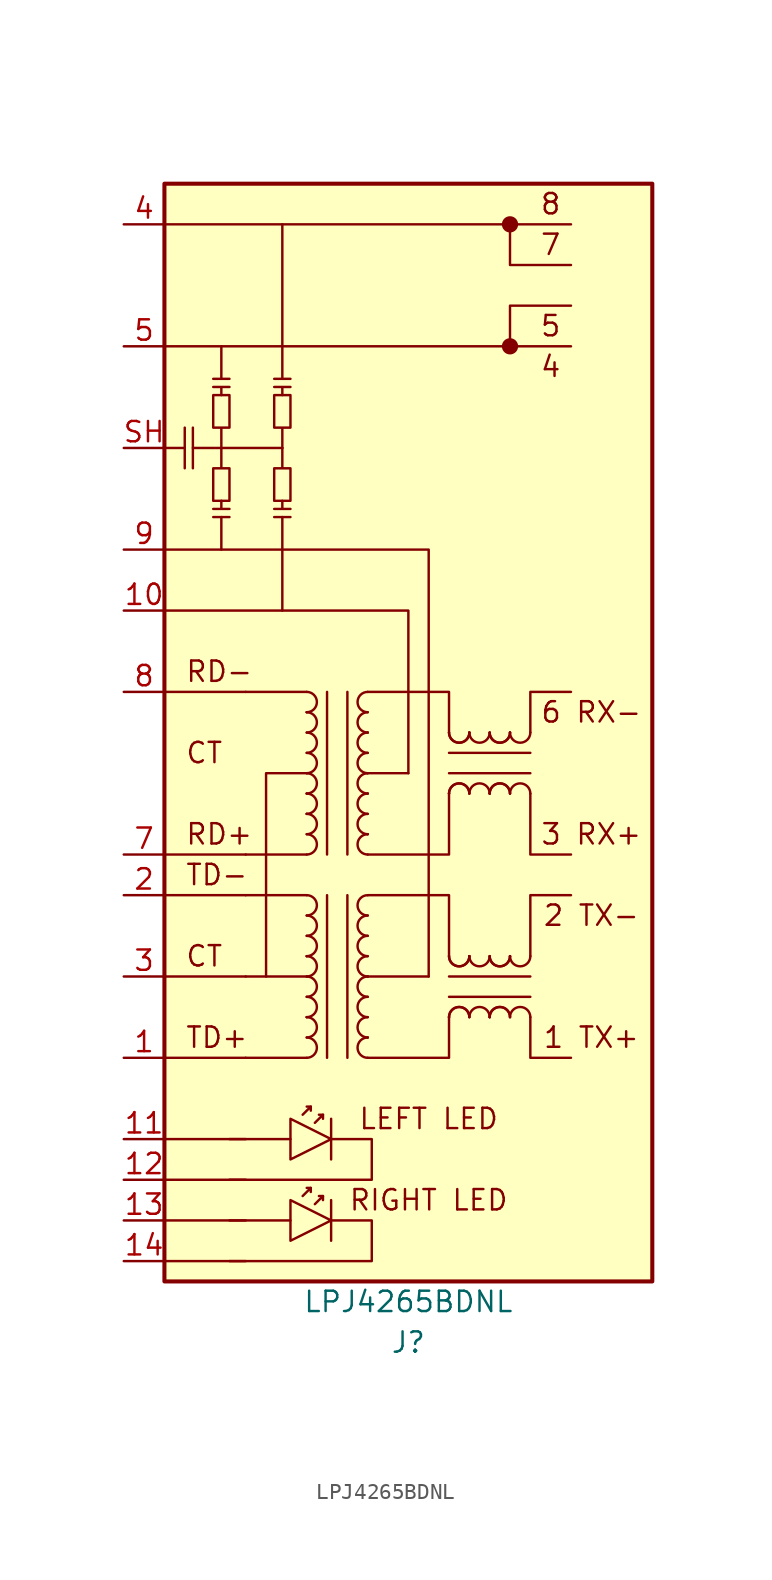
<source format=kicad_sym>
(kicad_symbol_lib
  (version 20211014)
  (generator kicad_symbol_editor)
  (symbol "LPJ4265BDNL"
    (pin_names
      (offset 1.016) hide)
    (property "Reference" "J"
      (at 0 -38.1 0)
      (effects (font (size 1.27 1.27))))
    (property "Value" "LPJ4265BDNL"
      (at 0 -35.56 0)
      (effects (font (size 1.27 1.27))))
    (symbol "LPJ4265BDNL_0_0"
      (rectangle (start -15.24 -34.29) (end 15.24 34.29) (stroke (width 0.254) (type default) (color 0 0 0 0)) (fill (type background)))
      (polyline (pts (xy -15.24 -33.02) (xy -10.16 -33.02)) (stroke (width 0) (type default) (color 0 0 0 0)) (fill (type none)))
      (polyline (pts (xy -15.24 -30.48) (xy -10.16 -30.48)) (stroke (width 0) (type default) (color 0 0 0 0)) (fill (type none)))
      (polyline (pts (xy -15.24 -27.94) (xy -10.16 -27.94)) (stroke (width 0) (type default) (color 0 0 0 0)) (fill (type none)))
      (polyline (pts (xy -15.24 -25.4) (xy -10.16 -25.4)) (stroke (width 0) (type default) (color 0 0 0 0)) (fill (type none)))
      (polyline (pts (xy -15.24 -20.32) (xy -10.16 -20.32)) (stroke (width 0) (type default) (color 0 0 0 0)) (fill (type none)))
      (polyline (pts (xy -15.24 -15.24) (xy -10.16 -15.24)) (stroke (width 0) (type default) (color 0 0 0 0)) (fill (type none)))
      (polyline (pts (xy -15.24 -10.16) (xy -10.16 -10.16)) (stroke (width 0) (type default) (color 0 0 0 0)) (fill (type none)))
      (polyline (pts (xy -15.24 -7.62) (xy -10.16 -7.62)) (stroke (width 0) (type default) (color 0 0 0 0)) (fill (type none)))
      (polyline (pts (xy -15.24 2.54) (xy -10.16 2.54)) (stroke (width 0) (type default) (color 0 0 0 0)) (fill (type none)))
      (polyline (pts (xy -15.24 24.13) (xy 10.16 24.13)) (stroke (width 0) (type default) (color 0 0 0 0)) (fill (type none)))
      (polyline (pts (xy -15.24 31.75) (xy 10.16 31.75)) (stroke (width 0) (type default) (color 0 0 0 0)) (fill (type none)))
      (polyline (pts (xy -11.176 -25.4) (xy -7.366 -25.4)) (stroke (width 0) (type default) (color 0 0 0 0)) (fill (type none)))
      (polyline (pts (xy 6.35 24.13) (xy 6.35 26.67) (xy 10.16 26.67)) (stroke (width 0) (type default) (color 0 0 0 0)) (fill (type none)))
      (polyline (pts (xy 6.35 31.75) (xy 6.35 29.21) (xy 10.16 29.21)) (stroke (width 0) (type default) (color 0 0 0 0)) (fill (type none)))
      (polyline (pts (xy -4.826 -25.4) (xy -2.286 -25.4) (xy -2.286 -27.94) (xy -11.176 -27.94)) (stroke (width 0) (type default) (color 0 0 0 0)) (fill (type none)))
      (text "1 TX+" (at 11.43 -19.05 0) (effects (font (size 1.27 1.27))))
      (text "2 TX-" (at 11.43 -11.43 0) (effects (font (size 1.27 1.27))))
      (text "3 RX+" (at 11.43 -6.35 0) (effects (font (size 1.27 1.27))))
      (text "4" (at 8.89 22.86 0) (effects (font (size 1.27 1.27))))
      (text "5" (at 8.89 25.4 0) (effects (font (size 1.27 1.27))))
      (text "6 RX-" (at 11.43 1.27 0) (effects (font (size 1.27 1.27))))
      (text "7" (at 8.89 30.48 0) (effects (font (size 1.27 1.27))))
      (text "8" (at 8.89 33.02 0) (effects (font (size 1.27 1.27))))
      (text "CT" (at -13.97 -1.27 0) (effects (font (size 1.27 1.27)) (justify left)))
      (text "LEFT LED" (at 1.27 -24.13 0) (effects (font (size 1.27 1.27))))
      (text "RD-" (at -13.97 3.81 0) (effects (font (size 1.27 1.27)) (justify left))))
    (symbol "LPJ4265BDNL_0_1"
      (arc (start -6.35 -16.51) (mid -5.715 -15.875) (end -6.35 -15.24) (stroke (width 0) (type default) (color 0 0 0 0)) (fill (type none)))
      (arc (start -6.35 -15.24) (mid -5.715 -14.605) (end -6.35 -13.97) (stroke (width 0) (type default) (color 0 0 0 0)) (fill (type none)))
      (arc (start -6.35 -13.97) (mid -6.35 -16.51) (end -6.35 -13.97) (stroke (width 0) (type default) (color 0 0 0 0)) (fill (type none)))
      (arc (start -6.35 -11.43) (mid -5.715 -10.795) (end -6.35 -10.16) (stroke (width 0) (type default) (color 0 0 0 0)) (fill (type none)))
      (polyline (pts (xy -15.24 17.78) (xy -13.97 17.78)) (stroke (width 0) (type default) (color 0 0 0 0)) (fill (type none)))
      (polyline (pts (xy -13.97 19.05) (xy -13.97 16.51)) (stroke (width 0) (type default) (color 0 0 0 0)) (fill (type none)))
      (polyline (pts (xy -13.462 17.78) (xy -7.874 17.78)) (stroke (width 0) (type default) (color 0 0 0 0)) (fill (type none)))
      (polyline (pts (xy -13.462 19.05) (xy -13.462 16.51)) (stroke (width 0) (type default) (color 0 0 0 0)) (fill (type none)))
      (polyline (pts (xy -12.192 22.098) (xy -11.176 22.098)) (stroke (width 0) (type default) (color 0 0 0 0)) (fill (type none)))
      (polyline (pts (xy -11.684 13.462) (xy -11.684 11.43)) (stroke (width 0) (type default) (color 0 0 0 0)) (fill (type none)))
      (polyline (pts (xy -11.684 22.098) (xy -11.684 24.13)) (stroke (width 0) (type default) (color 0 0 0 0)) (fill (type none)))
      (polyline (pts (xy -11.176 13.462) (xy -12.192 13.462)) (stroke (width 0) (type default) (color 0 0 0 0)) (fill (type none)))
      (polyline (pts (xy -8.382 22.098) (xy -7.366 22.098)) (stroke (width 0) (type default) (color 0 0 0 0)) (fill (type none)))
      (polyline (pts (xy -7.874 13.462) (xy -7.874 7.62)) (stroke (width 0) (type default) (color 0 0 0 0)) (fill (type none)))
      (polyline (pts (xy -7.874 22.098) (xy -7.874 31.75)) (stroke (width 0) (type default) (color 0 0 0 0)) (fill (type none)))
      (polyline (pts (xy -7.366 13.462) (xy -8.382 13.462)) (stroke (width 0) (type default) (color 0 0 0 0)) (fill (type none)))
      (polyline (pts (xy -6.35 -20.32) (xy -10.16 -20.32)) (stroke (width 0) (type default) (color 0 0 0 0)) (fill (type none)))
      (polyline (pts (xy -6.35 -15.24) (xy -10.16 -15.24)) (stroke (width 0) (type default) (color 0 0 0 0)) (fill (type none)))
      (polyline (pts (xy -6.35 -10.16) (xy -10.16 -10.16)) (stroke (width 0) (type default) (color 0 0 0 0)) (fill (type none)))
      (polyline (pts (xy -6.35 -7.62) (xy -10.16 -7.62)) (stroke (width 0) (type default) (color 0 0 0 0)) (fill (type none)))
      (polyline (pts (xy -6.35 2.54) (xy -10.16 2.54)) (stroke (width 0) (type default) (color 0 0 0 0)) (fill (type none)))
      (polyline (pts (xy -6.096 -28.448) (xy -6.35 -28.448)) (stroke (width 0) (type default) (color 0 0 0 0)) (fill (type none)))
      (polyline (pts (xy -5.334 -28.956) (xy -5.588 -28.956)) (stroke (width 0) (type default) (color 0 0 0 0)) (fill (type none)))
      (polyline (pts (xy -4.826 -24.13) (xy -4.826 -26.67)) (stroke (width 0) (type default) (color 0 0 0 0)) (fill (type none)))
      (polyline (pts (xy -2.54 -15.24) (xy 1.27 -15.24)) (stroke (width 0) (type default) (color 0 0 0 0)) (fill (type none)))
      (polyline (pts (xy -6.604 -28.956) (xy -6.096 -28.448) (xy -6.096 -28.702)) (stroke (width 0) (type default) (color 0 0 0 0)) (fill (type none)))
      (polyline (pts (xy -6.35 -2.54) (xy -8.89 -2.54) (xy -8.89 -15.24)) (stroke (width 0) (type default) (color 0 0 0 0)) (fill (type none)))
      (polyline (pts (xy -5.842 -29.464) (xy -5.334 -28.956) (xy -5.334 -29.21)) (stroke (width 0) (type default) (color 0 0 0 0)) (fill (type none)))
      (polyline (pts (xy -2.54 -2.54) (xy -1.27 -2.54) (xy 0 -2.54)) (stroke (width 0) (type default) (color 0 0 0 0)) (fill (type none)))
      (polyline (pts (xy 0 -2.54) (xy 0 7.62) (xy -15.24 7.62)) (stroke (width 0) (type default) (color 0 0 0 0)) (fill (type none)))
      (polyline (pts (xy 1.27 -15.24) (xy 1.27 11.43) (xy -15.24 11.43)) (stroke (width 0) (type default) (color 0 0 0 0)) (fill (type none)))
      (polyline (pts (xy -11.684 14.478) (xy -11.684 13.97) (xy -12.192 13.97) (xy -11.176 13.97)) (stroke (width 0) (type default) (color 0 0 0 0)) (fill (type none)))
      (polyline (pts (xy -11.684 21.082) (xy -11.684 21.59) (xy -11.176 21.59) (xy -12.192 21.59)) (stroke (width 0) (type default) (color 0 0 0 0)) (fill (type none)))
      (polyline (pts (xy -7.874 14.478) (xy -7.874 13.97) (xy -8.382 13.97) (xy -7.366 13.97)) (stroke (width 0) (type default) (color 0 0 0 0)) (fill (type none)))
      (polyline (pts (xy -7.874 21.082) (xy -7.874 21.59) (xy -7.366 21.59) (xy -8.382 21.59)) (stroke (width 0) (type default) (color 0 0 0 0)) (fill (type none)))
      (polyline (pts (xy -7.366 -24.13) (xy -7.366 -26.67) (xy -4.826 -25.4) (xy -7.366 -24.13)) (stroke (width 0) (type default) (color 0 0 0 0)) (fill (type none)))
      (polyline (pts (xy -11.684 17.78) (xy -11.684 16.51) (xy -11.176 16.51) (xy -11.176 14.478) (xy -12.192 14.478) (xy -12.192 16.51) (xy -11.684 16.51)) (stroke (width 0) (type default) (color 0 0 0 0)) (fill (type none)))
      (polyline (pts (xy -11.684 17.78) (xy -11.684 19.05) (xy -12.192 19.05) (xy -12.192 21.082) (xy -11.176 21.082) (xy -11.176 19.05) (xy -11.684 19.05)) (stroke (width 0) (type default) (color 0 0 0 0)) (fill (type none)))
      (polyline (pts (xy -7.874 17.78) (xy -7.874 16.51) (xy -7.366 16.51) (xy -7.366 14.478) (xy -8.382 14.478) (xy -8.382 16.51) (xy -7.874 16.51)) (stroke (width 0) (type default) (color 0 0 0 0)) (fill (type none)))
      (polyline (pts (xy -7.874 17.78) (xy -7.874 19.05) (xy -8.382 19.05) (xy -8.382 21.082) (xy -7.366 21.082) (xy -7.366 19.05) (xy -7.874 19.05)) (stroke (width 0) (type default) (color 0 0 0 0)) (fill (type none))))
    (symbol "LPJ4265BDNL_1_1"
      (arc (start -6.35 -20.32) (mid -5.715 -19.685) (end -6.35 -19.05) (stroke (width 0) (type default) (color 0 0 0 0)) (fill (type none)))
      (arc (start -6.35 -19.05) (mid -5.715 -18.415) (end -6.35 -17.78) (stroke (width 0) (type default) (color 0 0 0 0)) (fill (type none)))
      (arc (start -6.35 -17.78) (mid -6.35 -20.32) (end -6.35 -17.78) (stroke (width 0) (type default) (color 0 0 0 0)) (fill (type none)))
      (arc (start -6.35 -17.78) (mid -5.715 -17.145) (end -6.35 -16.51) (stroke (width 0) (type default) (color 0 0 0 0)) (fill (type none)))
      (arc (start -6.35 -13.97) (mid -5.715 -13.335) (end -6.35 -12.7) (stroke (width 0) (type default) (color 0 0 0 0)) (fill (type none)))
      (arc (start -6.35 -12.7) (mid -5.715 -12.065) (end -6.35 -11.43) (stroke (width 0) (type default) (color 0 0 0 0)) (fill (type none)))
      (arc (start -6.35 -7.62) (mid -5.715 -6.985) (end -6.35 -6.35) (stroke (width 0) (type default) (color 0 0 0 0)) (fill (type none)))
      (arc (start -6.35 -6.35) (mid -5.715 -5.715) (end -6.35 -5.08) (stroke (width 0) (type default) (color 0 0 0 0)) (fill (type none)))
      (arc (start -6.35 -5.08) (mid -6.35 -7.62) (end -6.35 -5.08) (stroke (width 0) (type default) (color 0 0 0 0)) (fill (type none)))
      (arc (start -6.35 -5.08) (mid -5.715 -4.445) (end -6.35 -3.81) (stroke (width 0) (type default) (color 0 0 0 0)) (fill (type none)))
      (arc (start -6.35 -3.81) (mid -6.35 -6.35) (end -6.35 -3.81) (stroke (width 0) (type default) (color 0 0 0 0)) (fill (type none)))
      (arc (start -6.35 -3.81) (mid -5.715 -3.175) (end -6.35 -2.54) (stroke (width 0) (type default) (color 0 0 0 0)) (fill (type none)))
      (arc (start -6.35 -2.54) (mid -5.715 -1.905) (end -6.35 -1.27) (stroke (width 0) (type default) (color 0 0 0 0)) (fill (type none)))
      (arc (start -6.35 -1.27) (mid -5.715 -0.635) (end -6.35 0) (stroke (width 0) (type default) (color 0 0 0 0)) (fill (type none)))
      (arc (start -6.35 0) (mid -5.715 0.635) (end -6.35 1.27) (stroke (width 0) (type default) (color 0 0 0 0)) (fill (type none)))
      (arc (start -6.35 1.27) (mid -6.35 -1.27) (end -6.35 1.27) (stroke (width 0) (type default) (color 0 0 0 0)) (fill (type none)))
      (arc (start -6.35 1.27) (mid -5.715 1.905) (end -6.35 2.54) (stroke (width 0) (type default) (color 0 0 0 0)) (fill (type none)))
      (arc (start -2.54 -19.05) (mid -3.175 -19.685) (end -2.54 -20.32) (stroke (width 0) (type default) (color 0 0 0 0)) (fill (type none)))
      (arc (start -2.54 -19.05) (mid -2.54 -16.51) (end -2.54 -19.05) (stroke (width 0) (type default) (color 0 0 0 0)) (fill (type none)))
      (arc (start -2.54 -17.78) (mid -3.175 -18.415) (end -2.54 -19.05) (stroke (width 0) (type default) (color 0 0 0 0)) (fill (type none)))
      (arc (start -2.54 -16.51) (mid -3.175 -17.145) (end -2.54 -17.78) (stroke (width 0) (type default) (color 0 0 0 0)) (fill (type none)))
      (arc (start -2.54 -15.24) (mid -3.175 -15.875) (end -2.54 -16.51) (stroke (width 0) (type default) (color 0 0 0 0)) (fill (type none)))
      (arc (start -2.54 -15.24) (mid -2.54 -12.7) (end -2.54 -15.24) (stroke (width 0) (type default) (color 0 0 0 0)) (fill (type none)))
      (arc (start -2.54 -13.97) (mid -3.175 -14.605) (end -2.54 -15.24) (stroke (width 0) (type default) (color 0 0 0 0)) (fill (type none)))
      (arc (start -2.54 -12.7) (mid -3.175 -13.335) (end -2.54 -13.97) (stroke (width 0) (type default) (color 0 0 0 0)) (fill (type none)))
      (arc (start -2.54 -11.43) (mid -3.175 -12.065) (end -2.54 -12.7) (stroke (width 0) (type default) (color 0 0 0 0)) (fill (type none)))
      (arc (start -2.54 -10.16) (mid -3.175 -10.795) (end -2.54 -11.43) (stroke (width 0) (type default) (color 0 0 0 0)) (fill (type none)))
      (arc (start -2.54 -6.35) (mid -3.175 -6.985) (end -2.54 -7.62) (stroke (width 0) (type default) (color 0 0 0 0)) (fill (type none)))
      (arc (start -2.54 -6.35) (mid -2.54 -3.81) (end -2.54 -6.35) (stroke (width 0) (type default) (color 0 0 0 0)) (fill (type none)))
      (arc (start -2.54 -5.08) (mid -3.175 -5.715) (end -2.54 -6.35) (stroke (width 0) (type default) (color 0 0 0 0)) (fill (type none)))
      (arc (start -2.54 -3.81) (mid -3.175 -4.445) (end -2.54 -5.08) (stroke (width 0) (type default) (color 0 0 0 0)) (fill (type none)))
      (arc (start -2.54 -3.81) (mid -2.54 -1.27) (end -2.54 -3.81) (stroke (width 0) (type default) (color 0 0 0 0)) (fill (type none)))
      (arc (start -2.54 -2.54) (mid -3.175 -3.175) (end -2.54 -3.81) (stroke (width 0) (type default) (color 0 0 0 0)) (fill (type none)))
      (arc (start -2.54 -1.27) (mid -3.175 -1.905) (end -2.54 -2.54) (stroke (width 0) (type default) (color 0 0 0 0)) (fill (type none)))
      (arc (start -2.54 0) (mid -3.175 -0.635) (end -2.54 -1.27) (stroke (width 0) (type default) (color 0 0 0 0)) (fill (type none)))
      (arc (start -2.54 0) (mid -2.54 2.54) (end -2.54 0) (stroke (width 0) (type default) (color 0 0 0 0)) (fill (type none)))
      (arc (start -2.54 1.27) (mid -3.175 0.635) (end -2.54 0) (stroke (width 0) (type default) (color 0 0 0 0)) (fill (type none)))
      (arc (start -2.54 2.54) (mid -3.175 1.905) (end -2.54 1.27) (stroke (width 0) (type default) (color 0 0 0 0)) (fill (type none)))
      (polyline (pts (xy -11.176 -30.48) (xy -7.366 -30.48)) (stroke (width 0) (type default) (color 0 0 0 0)) (fill (type none)))
      (polyline (pts (xy -6.096 -23.368) (xy -6.35 -23.368)) (stroke (width 0) (type default) (color 0 0 0 0)) (fill (type none)))
      (polyline (pts (xy -5.334 -23.876) (xy -5.588 -23.876)) (stroke (width 0) (type default) (color 0 0 0 0)) (fill (type none)))
      (polyline (pts (xy -5.08 -10.16) (xy -5.08 -20.32)) (stroke (width 0) (type default) (color 0 0 0 0)) (fill (type none)))
      (polyline (pts (xy -5.08 2.54) (xy -5.08 -7.62)) (stroke (width 0) (type default) (color 0 0 0 0)) (fill (type none)))
      (polyline (pts (xy -4.826 -29.21) (xy -4.826 -31.75)) (stroke (width 0) (type default) (color 0 0 0 0)) (fill (type none)))
      (polyline (pts (xy -3.81 -20.32) (xy -3.81 -10.16)) (stroke (width 0) (type default) (color 0 0 0 0)) (fill (type none)))
      (polyline (pts (xy -3.81 -7.62) (xy -3.81 2.54)) (stroke (width 0) (type default) (color 0 0 0 0)) (fill (type none)))
      (polyline (pts (xy 2.54 -16.51) (xy 7.62 -16.51)) (stroke (width 0) (type default) (color 0 0 0 0)) (fill (type none)))
      (polyline (pts (xy 2.54 -2.54) (xy 7.62 -2.54)) (stroke (width 0) (type default) (color 0 0 0 0)) (fill (type none)))
      (polyline (pts (xy 7.62 -15.24) (xy 2.54 -15.24)) (stroke (width 0) (type default) (color 0 0 0 0)) (fill (type none)))
      (polyline (pts (xy 7.62 -1.27) (xy 2.54 -1.27)) (stroke (width 0) (type default) (color 0 0 0 0)) (fill (type none)))
      (polyline (pts (xy -6.604 -23.876) (xy -6.096 -23.368) (xy -6.096 -23.622)) (stroke (width 0) (type default) (color 0 0 0 0)) (fill (type none)))
      (polyline (pts (xy -5.842 -24.384) (xy -5.334 -23.876) (xy -5.334 -24.13)) (stroke (width 0) (type default) (color 0 0 0 0)) (fill (type none)))
      (polyline (pts (xy -2.54 -10.16) (xy 2.54 -10.16) (xy 2.54 -13.97)) (stroke (width 0) (type default) (color 0 0 0 0)) (fill (type none)))
      (polyline (pts (xy -2.54 -7.62) (xy 2.54 -7.62) (xy 2.54 -3.81)) (stroke (width 0) (type default) (color 0 0 0 0)) (fill (type none)))
      (polyline (pts (xy -2.54 2.54) (xy 2.54 2.54) (xy 2.54 0)) (stroke (width 0) (type default) (color 0 0 0 0)) (fill (type none)))
      (polyline (pts (xy 2.54 -17.78) (xy 2.54 -20.32) (xy -2.54 -20.32)) (stroke (width 0) (type default) (color 0 0 0 0)) (fill (type none)))
      (polyline (pts (xy 7.62 -17.78) (xy 7.62 -20.32) (xy 10.16 -20.32)) (stroke (width 0) (type default) (color 0 0 0 0)) (fill (type none)))
      (polyline (pts (xy 7.62 -13.97) (xy 7.62 -10.16) (xy 10.16 -10.16)) (stroke (width 0) (type default) (color 0 0 0 0)) (fill (type none)))
      (polyline (pts (xy 7.62 -3.81) (xy 7.62 -7.62) (xy 10.16 -7.62)) (stroke (width 0) (type default) (color 0 0 0 0)) (fill (type none)))
      (polyline (pts (xy 7.62 0) (xy 7.62 2.54) (xy 10.16 2.54)) (stroke (width 0) (type default) (color 0 0 0 0)) (fill (type none)))
      (polyline (pts (xy -7.366 -29.21) (xy -7.366 -31.75) (xy -4.826 -30.48) (xy -7.366 -29.21)) (stroke (width 0) (type default) (color 0 0 0 0)) (fill (type none)))
      (polyline (pts (xy -4.826 -30.48) (xy -2.286 -30.48) (xy -2.286 -33.02) (xy -11.176 -33.02)) (stroke (width 0) (type default) (color 0 0 0 0)) (fill (type none)))
      (arc (start 2.54 -17.78) (mid 5.08 -17.78) (end 2.54 -17.78) (stroke (width 0) (type default) (color 0 0 0 0)) (fill (type none)))
      (arc (start 2.54 -13.97) (mid 3.175 -14.605) (end 3.81 -13.97) (stroke (width 0) (type default) (color 0 0 0 0)) (fill (type none)))
      (arc (start 2.54 -13.97) (mid 3.175 -14.605) (end 3.81 -13.97) (stroke (width 0) (type default) (color 0 0 0 0)) (fill (type none)))
      (arc (start 2.54 -3.81) (mid 5.08 -3.81) (end 2.54 -3.81) (stroke (width 0) (type default) (color 0 0 0 0)) (fill (type none)))
      (arc (start 2.54 0) (mid 3.175 -0.635) (end 3.81 0) (stroke (width 0) (type default) (color 0 0 0 0)) (fill (type none)))
      (arc (start 2.54 0) (mid 3.175 -0.635) (end 3.81 0) (stroke (width 0) (type default) (color 0 0 0 0)) (fill (type none)))
      (arc (start 3.81 -17.78) (mid 3.175 -17.145) (end 2.54 -17.78) (stroke (width 0) (type default) (color 0 0 0 0)) (fill (type none)))
      (arc (start 3.81 -17.78) (mid 3.175 -17.145) (end 2.54 -17.78) (stroke (width 0) (type default) (color 0 0 0 0)) (fill (type none)))
      (arc (start 3.81 -13.97) (mid 1.27 -13.97) (end 3.81 -13.97) (stroke (width 0) (type default) (color 0 0 0 0)) (fill (type none)))
      (arc (start 3.81 -13.97) (mid 4.445 -14.605) (end 5.08 -13.97) (stroke (width 0) (type default) (color 0 0 0 0)) (fill (type none)))
      (arc (start 3.81 -3.81) (mid 3.175 -3.175) (end 2.54 -3.81) (stroke (width 0) (type default) (color 0 0 0 0)) (fill (type none)))
      (arc (start 3.81 -3.81) (mid 3.175 -3.175) (end 2.54 -3.81) (stroke (width 0) (type default) (color 0 0 0 0)) (fill (type none)))
      (arc (start 3.81 0) (mid 1.27 0) (end 3.81 0) (stroke (width 0) (type default) (color 0 0 0 0)) (fill (type none)))
      (arc (start 3.81 0) (mid 4.445 -0.635) (end 5.08 0) (stroke (width 0) (type default) (color 0 0 0 0)) (fill (type none)))
      (arc (start 5.08 -17.78) (mid 4.445 -17.145) (end 3.81 -17.78) (stroke (width 0) (type default) (color 0 0 0 0)) (fill (type none)))
      (arc (start 5.08 -17.78) (mid 7.62 -17.78) (end 5.08 -17.78) (stroke (width 0) (type default) (color 0 0 0 0)) (fill (type none)))
      (arc (start 5.08 -13.97) (mid 5.715 -14.605) (end 6.35 -13.97) (stroke (width 0) (type default) (color 0 0 0 0)) (fill (type none)))
      (arc (start 5.08 -13.97) (mid 5.715 -14.605) (end 6.35 -13.97) (stroke (width 0) (type default) (color 0 0 0 0)) (fill (type none)))
      (arc (start 5.08 -3.81) (mid 4.445 -3.175) (end 3.81 -3.81) (stroke (width 0) (type default) (color 0 0 0 0)) (fill (type none)))
      (arc (start 5.08 -3.81) (mid 7.62 -3.81) (end 5.08 -3.81) (stroke (width 0) (type default) (color 0 0 0 0)) (fill (type none)))
      (arc (start 5.08 0) (mid 5.715 -0.635) (end 6.35 0) (stroke (width 0) (type default) (color 0 0 0 0)) (fill (type none)))
      (arc (start 5.08 0) (mid 5.715 -0.635) (end 6.35 0) (stroke (width 0) (type default) (color 0 0 0 0)) (fill (type none)))
      (arc (start 6.35 -17.78) (mid 5.715 -17.145) (end 5.08 -17.78) (stroke (width 0) (type default) (color 0 0 0 0)) (fill (type none)))
      (arc (start 6.35 -17.78) (mid 5.715 -17.145) (end 5.08 -17.78) (stroke (width 0) (type default) (color 0 0 0 0)) (fill (type none)))
      (arc (start 6.35 -13.97) (mid 3.81 -13.97) (end 6.35 -13.97) (stroke (width 0) (type default) (color 0 0 0 0)) (fill (type none)))
      (arc (start 6.35 -13.97) (mid 6.985 -14.605) (end 7.62 -13.97) (stroke (width 0) (type default) (color 0 0 0 0)) (fill (type none)))
      (arc (start 6.35 -3.81) (mid 5.715 -3.175) (end 5.08 -3.81) (stroke (width 0) (type default) (color 0 0 0 0)) (fill (type none)))
      (arc (start 6.35 -3.81) (mid 5.715 -3.175) (end 5.08 -3.81) (stroke (width 0) (type default) (color 0 0 0 0)) (fill (type none)))
      (arc (start 6.35 0) (mid 3.81 0) (end 6.35 0) (stroke (width 0) (type default) (color 0 0 0 0)) (fill (type none)))
      (arc (start 6.35 0) (mid 6.985 -0.635) (end 7.62 0) (stroke (width 0) (type default) (color 0 0 0 0)) (fill (type none)))
      (circle (center 6.35 24.13) (radius 0.0001) (stroke (width 0.508) (type default) (color 0 0 0 0)) (fill (type none)))
      (circle (center 6.35 31.75) (radius 0.0001) (stroke (width 0.508) (type default) (color 0 0 0 0)) (fill (type none)))
      (arc (start 7.62 -17.78) (mid 6.985 -17.145) (end 6.35 -17.78) (stroke (width 0) (type default) (color 0 0 0 0)) (fill (type none)))
      (arc (start 7.62 -3.81) (mid 6.985 -3.175) (end 6.35 -3.81) (stroke (width 0) (type default) (color 0 0 0 0)) (fill (type none)))
      (text "CT" (at -13.97 -13.97 0) (effects (font (size 1.27 1.27)) (justify left)))
      (text "RD+" (at -13.97 -6.35 0) (effects (font (size 1.27 1.27)) (justify left)))
      (text "RIGHT LED" (at 1.27 -29.21 0) (effects (font (size 1.27 1.27))))
      (text "TD+" (at -13.97 -19.05 0) (effects (font (size 1.27 1.27)) (justify left)))
      (text "TD-" (at -13.97 -8.89 0) (effects (font (size 1.27 1.27)) (justify left)))
      (pin passive line (at -17.78 -20.32 0) (length 2.54) (name "TD+" (effects (font (size 1.27 1.27)))) (number "1" (effects (font (size 1.27 1.27)))))
      (pin passive line (at -17.78 7.62 0) (length 2.54) (name "10" (effects (font (size 1.27 1.27)))) (number "10" (effects (font (size 1.27 1.27)))))
      (pin passive line (at -17.78 -25.4 0) (length 2.54) (name "LLED+" (effects (font (size 1.27 1.27)))) (number "11" (effects (font (size 1.27 1.27)))))
      (pin passive line (at -17.78 -27.94 0) (length 2.54) (name "LLED-" (effects (font (size 1.27 1.27)))) (number "12" (effects (font (size 1.27 1.27)))))
      (pin passive line (at -17.78 -30.48 0) (length 2.54) (name "RLED+" (effects (font (size 1.27 1.27)))) (number "13" (effects (font (size 1.27 1.27)))))
      (pin passive line (at -17.78 -33.02 0) (length 2.54) (name "RLED-" (effects (font (size 1.27 1.27)))) (number "14" (effects (font (size 1.27 1.27)))))
      (pin passive line (at -17.78 -10.16 0) (length 2.54) (name "TD-" (effects (font (size 1.27 1.27)))) (number "2" (effects (font (size 1.27 1.27)))))
      (pin passive line (at -17.78 -15.24 0) (length 2.54) (name "CT" (effects (font (size 1.27 1.27)))) (number "3" (effects (font (size 1.27 1.27)))))
      (pin passive line (at -17.78 31.75 0) (length 2.54) (name "4" (effects (font (size 1.27 1.27)))) (number "4" (effects (font (size 1.27 1.27)))))
      (pin passive line (at -17.78 24.13 0) (length 2.54) (name "5" (effects (font (size 1.27 1.27)))) (number "5" (effects (font (size 1.27 1.27)))))
      (pin passive line (at -17.78 -7.62 0) (length 2.54) (name "RD+" (effects (font (size 1.27 1.27)))) (number "7" (effects (font (size 1.27 1.27)))))
      (pin passive line (at -17.78 2.54 0) (length 2.54) (name "RD-" (effects (font (size 1.27 1.27)))) (number "8" (effects (font (size 1.27 1.27)))))
      (pin passive line (at -17.78 11.43 0) (length 2.54) (name "9" (effects (font (size 1.27 1.27)))) (number "9" (effects (font (size 1.27 1.27)))))
      (pin passive line (at -17.78 17.78 0) (length 2.54) (name "SH" (effects (font (size 1.27 1.27)))) (number "SH" (effects (font (size 1.27 1.27))))))))
</source>
